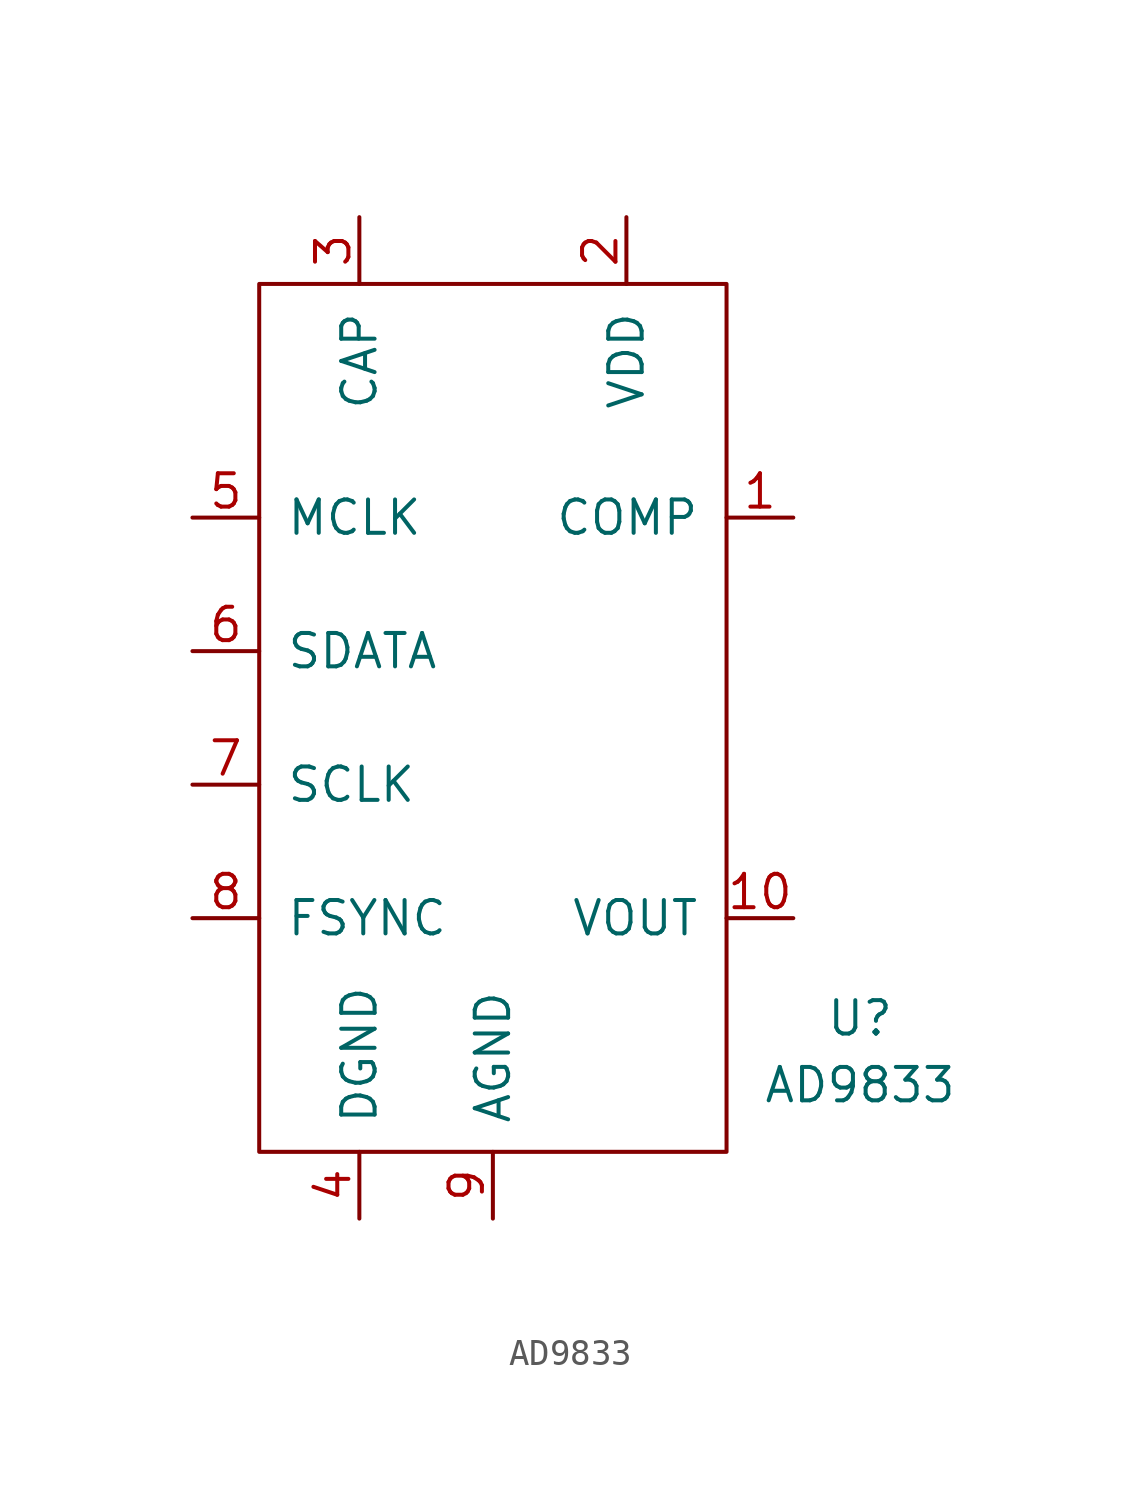
<source format=kicad_sym>
(kicad_symbol_lib
  (version 20211014)
  (generator kicad_symbol_editor)
  (symbol "AD9833"
    (pin_names
      (offset 1.016))
    (property "Reference" "U"
      (at 13.97 -11.43 0)
      (effects (font (size 1.27 1.27))))
    (property "Value" "AD9833"
      (at 13.97 -13.97 0)
      (effects (font (size 1.27 1.27))))
    (symbol "AD9833_0_1"
      (rectangle (start -8.89 16.51) (end 8.89 -16.51) (stroke (width 0) (type default) (color 0 0 0 0)) (fill (type none))))
    (symbol "AD9833_1_1"
      (pin passive line (at 11.43 7.62 180) (length 2.54) (name "COMP" (effects (font (size 1.27 1.27)))) (number "1" (effects (font (size 1.27 1.27)))))
      (pin output line (at 11.43 -7.62 180) (length 2.54) (name "VOUT" (effects (font (size 1.27 1.27)))) (number "10" (effects (font (size 1.27 1.27)))))
      (pin power_in line (at 5.08 19.05 270) (length 2.54) (name "VDD" (effects (font (size 1.27 1.27)))) (number "2" (effects (font (size 1.27 1.27)))))
      (pin passive line (at -5.08 19.05 270) (length 2.54) (name "CAP" (effects (font (size 1.27 1.27)))) (number "3" (effects (font (size 1.27 1.27)))))
      (pin power_in line (at -5.08 -19.05 90) (length 2.54) (name "DGND" (effects (font (size 1.27 1.27)))) (number "4" (effects (font (size 1.27 1.27)))))
      (pin input line (at -11.43 7.62 0) (length 2.54) (name "MCLK" (effects (font (size 1.27 1.27)))) (number "5" (effects (font (size 1.27 1.27)))))
      (pin input line (at -11.43 2.54 0) (length 2.54) (name "SDATA" (effects (font (size 1.27 1.27)))) (number "6" (effects (font (size 1.27 1.27)))))
      (pin input line (at -11.43 -2.54 0) (length 2.54) (name "SCLK" (effects (font (size 1.27 1.27)))) (number "7" (effects (font (size 1.27 1.27)))))
      (pin input line (at -11.43 -7.62 0) (length 2.54) (name "FSYNC" (effects (font (size 1.27 1.27)))) (number "8" (effects (font (size 1.27 1.27)))))
      (pin power_in line (at 0 -19.05 90) (length 2.54) (name "AGND" (effects (font (size 1.27 1.27)))) (number "9" (effects (font (size 1.27 1.27))))))))
</source>
